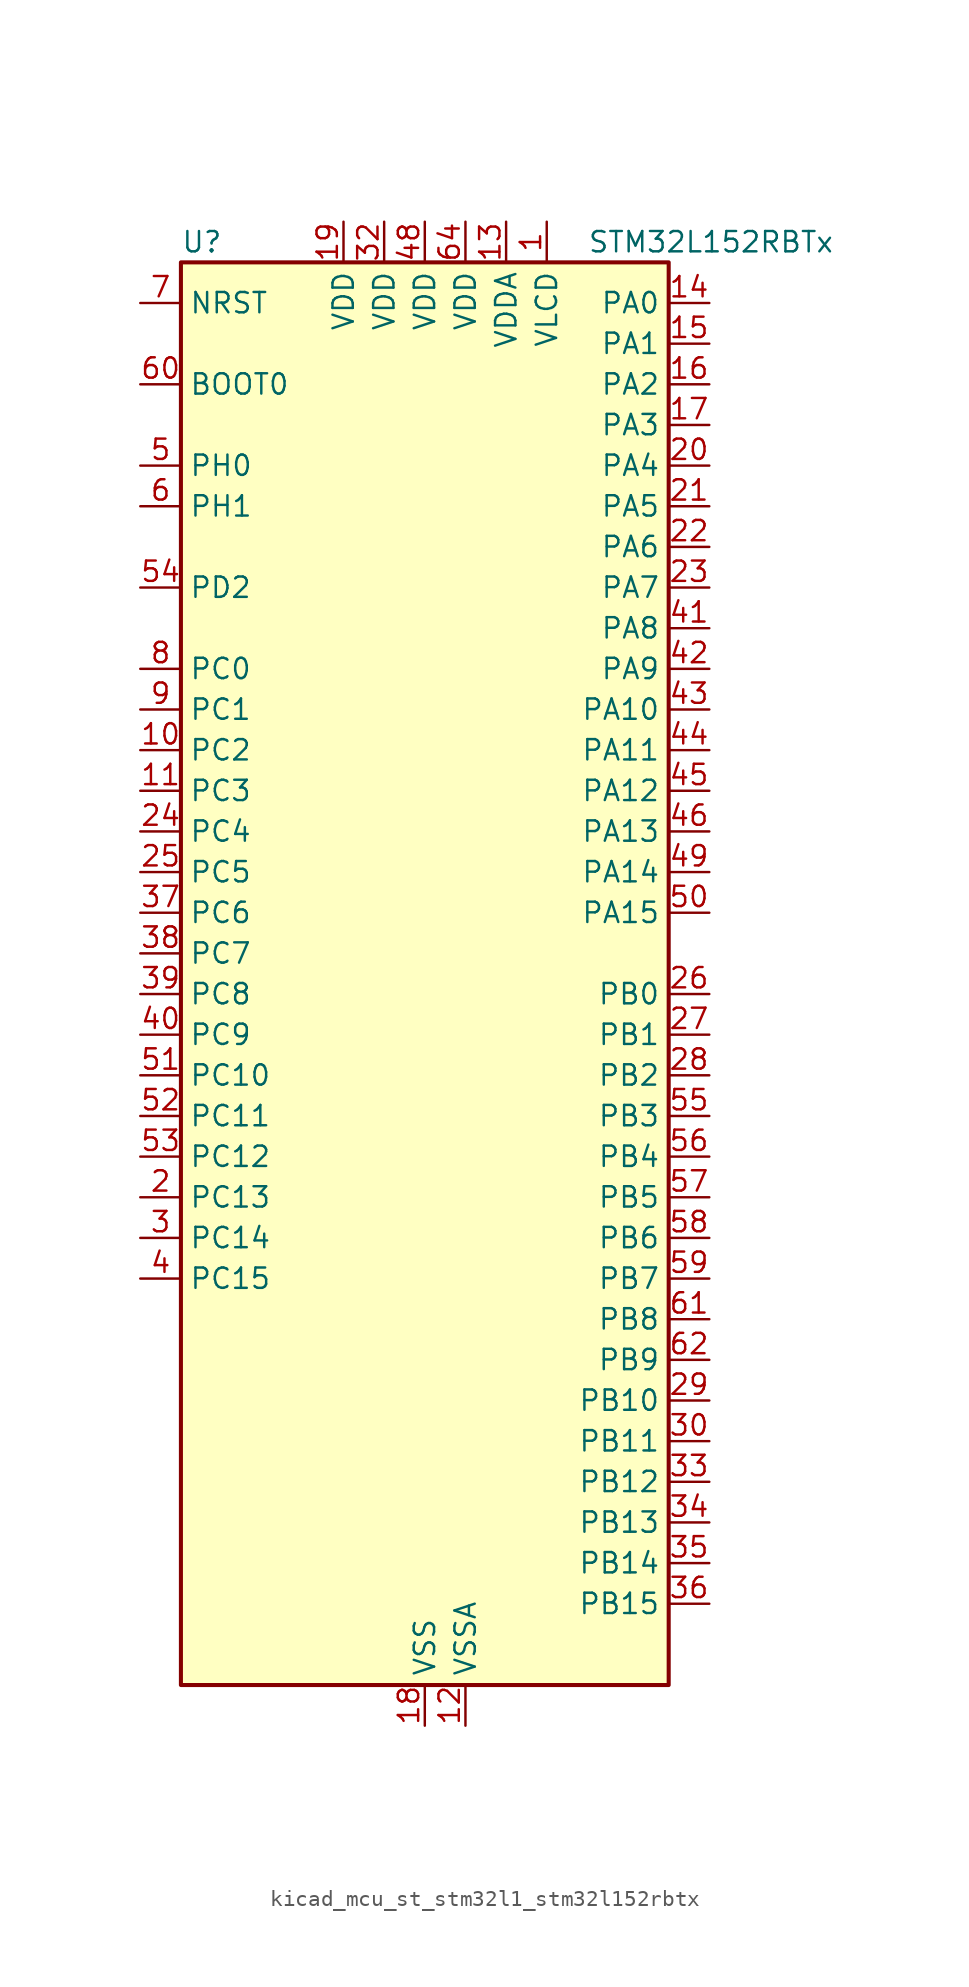
<source format=kicad_sym>
(kicad_symbol_lib
  (version 20220914)
  (generator kicad_symbol_editor)
  (symbol "kicad_mcu_st_stm32l1_stm32l152rbtx"
    (property "Reference" "U"
      (at -15.24 46.99 0)
      (effects (font (size 1.27 1.27)) (justify left)))
    (property "Value" "STM32L152RBTx"
      (at 10.16 46.99 0)
      (effects (font (size 1.27 1.27)) (justify left)))
    (property "ki_locked" ""
      (at 0 0 0)
      (effects (font (size 1.27 1.27))))
    (symbol "kicad_mcu_st_stm32l1_stm32l152rbtx_0_1"
      (rectangle (start -15.24 -43.18) (end 15.24 45.72) (stroke (width 0.254) (type default)) (fill (type background))))
    (symbol "kicad_mcu_st_stm32l1_stm32l152rbtx_1_1"
      (pin power_in line (at 7.62 48.26 270) (length 2.54) (name "VLCD" (effects (font (size 1.27 1.27)))) (number "1" (effects (font (size 1.27 1.27)))))
      (pin bidirectional line (at -17.78 15.24 0) (length 2.54) (name "PC2" (effects (font (size 1.27 1.27)))) (number "10" (effects (font (size 1.27 1.27)))) (alternate "ADC_IN12" bidirectional line) (alternate "COMP1_INP" bidirectional line) (alternate "LCD_SEG20" bidirectional line) (alternate "TIMX_IC3" bidirectional line) (alternate "TS_G8_IO3" bidirectional line))
      (pin bidirectional line (at -17.78 12.7 0) (length 2.54) (name "PC3" (effects (font (size 1.27 1.27)))) (number "11" (effects (font (size 1.27 1.27)))) (alternate "ADC_IN13" bidirectional line) (alternate "COMP1_INP" bidirectional line) (alternate "LCD_SEG21" bidirectional line) (alternate "TIMX_IC4" bidirectional line) (alternate "TS_G8_IO4" bidirectional line))
      (pin power_in line (at 2.54 -45.72 90) (length 2.54) (name "VSSA" (effects (font (size 1.27 1.27)))) (number "12" (effects (font (size 1.27 1.27)))))
      (pin power_in line (at 5.08 48.26 270) (length 2.54) (name "VDDA" (effects (font (size 1.27 1.27)))) (number "13" (effects (font (size 1.27 1.27)))))
      (pin bidirectional line (at 17.78 43.18 180) (length 2.54) (name "PA0" (effects (font (size 1.27 1.27)))) (number "14" (effects (font (size 1.27 1.27)))) (alternate "ADC_IN0" bidirectional line) (alternate "COMP1_INP" bidirectional line) (alternate "SYS_WKUP1" bidirectional line) (alternate "TIM2_CH1" bidirectional line) (alternate "TIM2_ETR" bidirectional line) (alternate "TIMX_IC1" bidirectional line) (alternate "TS_G1_IO1" bidirectional line) (alternate "USART2_CTS" bidirectional line))
      (pin bidirectional line (at 17.78 40.64 180) (length 2.54) (name "PA1" (effects (font (size 1.27 1.27)))) (number "15" (effects (font (size 1.27 1.27)))) (alternate "ADC_IN1" bidirectional line) (alternate "COMP1_INP" bidirectional line) (alternate "LCD_SEG0" bidirectional line) (alternate "TIM2_CH2" bidirectional line) (alternate "TIMX_IC2" bidirectional line) (alternate "TS_G1_IO2" bidirectional line) (alternate "USART2_RTS" bidirectional line))
      (pin bidirectional line (at 17.78 38.1 180) (length 2.54) (name "PA2" (effects (font (size 1.27 1.27)))) (number "16" (effects (font (size 1.27 1.27)))) (alternate "ADC_IN2" bidirectional line) (alternate "COMP1_INP" bidirectional line) (alternate "LCD_SEG1" bidirectional line) (alternate "TIM2_CH3" bidirectional line) (alternate "TIM9_CH1" bidirectional line) (alternate "TIMX_IC3" bidirectional line) (alternate "TS_G1_IO3" bidirectional line) (alternate "USART2_TX" bidirectional line))
      (pin bidirectional line (at 17.78 35.56 180) (length 2.54) (name "PA3" (effects (font (size 1.27 1.27)))) (number "17" (effects (font (size 1.27 1.27)))) (alternate "ADC_IN3" bidirectional line) (alternate "COMP1_INP" bidirectional line) (alternate "LCD_SEG2" bidirectional line) (alternate "TIM2_CH4" bidirectional line) (alternate "TIM9_CH2" bidirectional line) (alternate "TIMX_IC4" bidirectional line) (alternate "TS_G1_IO4" bidirectional line) (alternate "USART2_RX" bidirectional line))
      (pin power_in line (at 0 -45.72 90) (length 2.54) (name "VSS" (effects (font (size 1.27 1.27)))) (number "18" (effects (font (size 1.27 1.27)))))
      (pin power_in line (at -5.08 48.26 270) (length 2.54) (name "VDD" (effects (font (size 1.27 1.27)))) (number "19" (effects (font (size 1.27 1.27)))))
      (pin bidirectional line (at -17.78 -12.7 0) (length 2.54) (name "PC13" (effects (font (size 1.27 1.27)))) (number "2" (effects (font (size 1.27 1.27)))) (alternate "RTC_OUT_ALARM" bidirectional line) (alternate "RTC_OUT_CALIB" bidirectional line) (alternate "RTC_TAMP1" bidirectional line) (alternate "RTC_TS" bidirectional line) (alternate "SYS_WKUP2" bidirectional line) (alternate "TIMX_IC2" bidirectional line))
      (pin bidirectional line (at 17.78 33.02 180) (length 2.54) (name "PA4" (effects (font (size 1.27 1.27)))) (number "20" (effects (font (size 1.27 1.27)))) (alternate "ADC_IN4" bidirectional line) (alternate "COMP1_INP" bidirectional line) (alternate "DAC_OUT1" bidirectional line) (alternate "SPI1_NSS" bidirectional line) (alternate "TIMX_IC1" bidirectional line) (alternate "USART2_CK" bidirectional line))
      (pin bidirectional line (at 17.78 30.48 180) (length 2.54) (name "PA5" (effects (font (size 1.27 1.27)))) (number "21" (effects (font (size 1.27 1.27)))) (alternate "ADC_IN5" bidirectional line) (alternate "COMP1_INP" bidirectional line) (alternate "DAC_OUT2" bidirectional line) (alternate "SPI1_SCK" bidirectional line) (alternate "TIM2_CH1" bidirectional line) (alternate "TIM2_ETR" bidirectional line) (alternate "TIMX_IC2" bidirectional line))
      (pin bidirectional line (at 17.78 27.94 180) (length 2.54) (name "PA6" (effects (font (size 1.27 1.27)))) (number "22" (effects (font (size 1.27 1.27)))) (alternate "ADC_IN6" bidirectional line) (alternate "COMP1_INP" bidirectional line) (alternate "LCD_SEG3" bidirectional line) (alternate "SPI1_MISO" bidirectional line) (alternate "TIM10_CH1" bidirectional line) (alternate "TIM3_CH1" bidirectional line) (alternate "TIMX_IC3" bidirectional line) (alternate "TS_G2_IO1" bidirectional line))
      (pin bidirectional line (at 17.78 25.4 180) (length 2.54) (name "PA7" (effects (font (size 1.27 1.27)))) (number "23" (effects (font (size 1.27 1.27)))) (alternate "ADC_IN7" bidirectional line) (alternate "COMP1_INP" bidirectional line) (alternate "LCD_SEG4" bidirectional line) (alternate "SPI1_MOSI" bidirectional line) (alternate "TIM11_CH1" bidirectional line) (alternate "TIM3_CH2" bidirectional line) (alternate "TIMX_IC4" bidirectional line) (alternate "TS_G2_IO2" bidirectional line))
      (pin bidirectional line (at -17.78 10.16 0) (length 2.54) (name "PC4" (effects (font (size 1.27 1.27)))) (number "24" (effects (font (size 1.27 1.27)))) (alternate "ADC_IN14" bidirectional line) (alternate "COMP1_INP" bidirectional line) (alternate "LCD_SEG22" bidirectional line) (alternate "TIMX_IC1" bidirectional line) (alternate "TS_G9_IO1" bidirectional line))
      (pin bidirectional line (at -17.78 7.62 0) (length 2.54) (name "PC5" (effects (font (size 1.27 1.27)))) (number "25" (effects (font (size 1.27 1.27)))) (alternate "ADC_IN15" bidirectional line) (alternate "COMP1_INP" bidirectional line) (alternate "LCD_SEG23" bidirectional line) (alternate "TIMX_IC2" bidirectional line) (alternate "TS_G9_IO2" bidirectional line))
      (pin bidirectional line (at 17.78 0 180) (length 2.54) (name "PB0" (effects (font (size 1.27 1.27)))) (number "26" (effects (font (size 1.27 1.27)))) (alternate "ADC_IN8" bidirectional line) (alternate "COMP1_INP" bidirectional line) (alternate "LCD_SEG5" bidirectional line) (alternate "SYS_V_REF_OUT" bidirectional line) (alternate "TIM3_CH3" bidirectional line) (alternate "TS_G3_IO1" bidirectional line))
      (pin bidirectional line (at 17.78 -2.54 180) (length 2.54) (name "PB1" (effects (font (size 1.27 1.27)))) (number "27" (effects (font (size 1.27 1.27)))) (alternate "ADC_IN9" bidirectional line) (alternate "COMP1_INP" bidirectional line) (alternate "LCD_SEG6" bidirectional line) (alternate "SYS_V_REF_OUT" bidirectional line) (alternate "TIM3_CH4" bidirectional line) (alternate "TS_G3_IO2" bidirectional line))
      (pin bidirectional line (at 17.78 -5.08 180) (length 2.54) (name "PB2" (effects (font (size 1.27 1.27)))) (number "28" (effects (font (size 1.27 1.27)))))
      (pin bidirectional line (at 17.78 -25.4 180) (length 2.54) (name "PB10" (effects (font (size 1.27 1.27)))) (number "29" (effects (font (size 1.27 1.27)))) (alternate "I2C2_SCL" bidirectional line) (alternate "LCD_SEG10" bidirectional line) (alternate "TIM2_CH3" bidirectional line) (alternate "USART3_TX" bidirectional line))
      (pin bidirectional line (at -17.78 -15.24 0) (length 2.54) (name "PC14" (effects (font (size 1.27 1.27)))) (number "3" (effects (font (size 1.27 1.27)))) (alternate "RCC_OSC32_IN" bidirectional line) (alternate "TIMX_IC3" bidirectional line))
      (pin bidirectional line (at 17.78 -27.94 180) (length 2.54) (name "PB11" (effects (font (size 1.27 1.27)))) (number "30" (effects (font (size 1.27 1.27)))) (alternate "ADC_EXTI11" bidirectional line) (alternate "I2C2_SDA" bidirectional line) (alternate "LCD_SEG11" bidirectional line) (alternate "TIM2_CH4" bidirectional line) (alternate "USART3_RX" bidirectional line))
      (pin passive line (at 0 -45.72 90) (length 2.54) hide (name "VSS" (effects (font (size 1.27 1.27)))) (number "31" (effects (font (size 1.27 1.27)))))
      (pin power_in line (at -2.54 48.26 270) (length 2.54) (name "VDD" (effects (font (size 1.27 1.27)))) (number "32" (effects (font (size 1.27 1.27)))))
      (pin bidirectional line (at 17.78 -30.48 180) (length 2.54) (name "PB12" (effects (font (size 1.27 1.27)))) (number "33" (effects (font (size 1.27 1.27)))) (alternate "ADC_IN18" bidirectional line) (alternate "COMP1_INP" bidirectional line) (alternate "I2C2_SMBA" bidirectional line) (alternate "LCD_SEG12" bidirectional line) (alternate "SPI2_NSS" bidirectional line) (alternate "TIM10_CH1" bidirectional line) (alternate "TS_G7_IO1" bidirectional line) (alternate "USART3_CK" bidirectional line))
      (pin bidirectional line (at 17.78 -33.02 180) (length 2.54) (name "PB13" (effects (font (size 1.27 1.27)))) (number "34" (effects (font (size 1.27 1.27)))) (alternate "ADC_IN19" bidirectional line) (alternate "COMP1_INP" bidirectional line) (alternate "LCD_SEG13" bidirectional line) (alternate "SPI2_SCK" bidirectional line) (alternate "TIM9_CH1" bidirectional line) (alternate "TS_G7_IO2" bidirectional line) (alternate "USART3_CTS" bidirectional line))
      (pin bidirectional line (at 17.78 -35.56 180) (length 2.54) (name "PB14" (effects (font (size 1.27 1.27)))) (number "35" (effects (font (size 1.27 1.27)))) (alternate "ADC_IN20" bidirectional line) (alternate "COMP1_INP" bidirectional line) (alternate "LCD_SEG14" bidirectional line) (alternate "SPI2_MISO" bidirectional line) (alternate "TIM9_CH2" bidirectional line) (alternate "TS_G7_IO3" bidirectional line) (alternate "USART3_RTS" bidirectional line))
      (pin bidirectional line (at 17.78 -38.1 180) (length 2.54) (name "PB15" (effects (font (size 1.27 1.27)))) (number "36" (effects (font (size 1.27 1.27)))) (alternate "ADC_EXTI15" bidirectional line) (alternate "ADC_IN21" bidirectional line) (alternate "COMP1_INP" bidirectional line) (alternate "LCD_SEG15" bidirectional line) (alternate "RTC_REFIN" bidirectional line) (alternate "SPI2_MOSI" bidirectional line) (alternate "TIM11_CH1" bidirectional line) (alternate "TS_G7_IO4" bidirectional line))
      (pin bidirectional line (at -17.78 5.08 0) (length 2.54) (name "PC6" (effects (font (size 1.27 1.27)))) (number "37" (effects (font (size 1.27 1.27)))) (alternate "LCD_SEG24" bidirectional line) (alternate "TIM3_CH1" bidirectional line) (alternate "TIMX_IC3" bidirectional line) (alternate "TS_G10_IO1" bidirectional line))
      (pin bidirectional line (at -17.78 2.54 0) (length 2.54) (name "PC7" (effects (font (size 1.27 1.27)))) (number "38" (effects (font (size 1.27 1.27)))) (alternate "LCD_SEG25" bidirectional line) (alternate "TIM3_CH2" bidirectional line) (alternate "TIMX_IC4" bidirectional line) (alternate "TS_G10_IO2" bidirectional line))
      (pin bidirectional line (at -17.78 0 0) (length 2.54) (name "PC8" (effects (font (size 1.27 1.27)))) (number "39" (effects (font (size 1.27 1.27)))) (alternate "LCD_SEG26" bidirectional line) (alternate "TIM3_CH3" bidirectional line) (alternate "TIMX_IC1" bidirectional line) (alternate "TS_G10_IO3" bidirectional line))
      (pin bidirectional line (at -17.78 -17.78 0) (length 2.54) (name "PC15" (effects (font (size 1.27 1.27)))) (number "4" (effects (font (size 1.27 1.27)))) (alternate "ADC_EXTI15" bidirectional line) (alternate "RCC_OSC32_OUT" bidirectional line) (alternate "TIMX_IC4" bidirectional line))
      (pin bidirectional line (at -17.78 -2.54 0) (length 2.54) (name "PC9" (effects (font (size 1.27 1.27)))) (number "40" (effects (font (size 1.27 1.27)))) (alternate "DAC_EXTI9" bidirectional line) (alternate "LCD_SEG27" bidirectional line) (alternate "TIM3_CH4" bidirectional line) (alternate "TIMX_IC2" bidirectional line) (alternate "TS_G10_IO4" bidirectional line))
      (pin bidirectional line (at 17.78 22.86 180) (length 2.54) (name "PA8" (effects (font (size 1.27 1.27)))) (number "41" (effects (font (size 1.27 1.27)))) (alternate "LCD_COM0" bidirectional line) (alternate "RCC_MCO" bidirectional line) (alternate "TIMX_IC1" bidirectional line) (alternate "TS_G4_IO1" bidirectional line) (alternate "USART1_CK" bidirectional line))
      (pin bidirectional line (at 17.78 20.32 180) (length 2.54) (name "PA9" (effects (font (size 1.27 1.27)))) (number "42" (effects (font (size 1.27 1.27)))) (alternate "DAC_EXTI9" bidirectional line) (alternate "LCD_COM1" bidirectional line) (alternate "TIMX_IC2" bidirectional line) (alternate "TS_G4_IO2" bidirectional line) (alternate "USART1_TX" bidirectional line))
      (pin bidirectional line (at 17.78 17.78 180) (length 2.54) (name "PA10" (effects (font (size 1.27 1.27)))) (number "43" (effects (font (size 1.27 1.27)))) (alternate "LCD_COM2" bidirectional line) (alternate "TIMX_IC3" bidirectional line) (alternate "TS_G4_IO3" bidirectional line) (alternate "USART1_RX" bidirectional line))
      (pin bidirectional line (at 17.78 15.24 180) (length 2.54) (name "PA11" (effects (font (size 1.27 1.27)))) (number "44" (effects (font (size 1.27 1.27)))) (alternate "ADC_EXTI11" bidirectional line) (alternate "SPI1_MISO" bidirectional line) (alternate "TIMX_IC4" bidirectional line) (alternate "USART1_CTS" bidirectional line) (alternate "USB_DM" bidirectional line))
      (pin bidirectional line (at 17.78 12.7 180) (length 2.54) (name "PA12" (effects (font (size 1.27 1.27)))) (number "45" (effects (font (size 1.27 1.27)))) (alternate "SPI1_MOSI" bidirectional line) (alternate "TIMX_IC1" bidirectional line) (alternate "USART1_RTS" bidirectional line) (alternate "USB_DP" bidirectional line))
      (pin bidirectional line (at 17.78 10.16 180) (length 2.54) (name "PA13" (effects (font (size 1.27 1.27)))) (number "46" (effects (font (size 1.27 1.27)))) (alternate "SYS_JTMS-SWDIO" bidirectional line) (alternate "TIMX_IC2" bidirectional line) (alternate "TS_G5_IO1" bidirectional line))
      (pin passive line (at 0 -45.72 90) (length 2.54) hide (name "VSS" (effects (font (size 1.27 1.27)))) (number "47" (effects (font (size 1.27 1.27)))))
      (pin power_in line (at 0 48.26 270) (length 2.54) (name "VDD" (effects (font (size 1.27 1.27)))) (number "48" (effects (font (size 1.27 1.27)))))
      (pin bidirectional line (at 17.78 7.62 180) (length 2.54) (name "PA14" (effects (font (size 1.27 1.27)))) (number "49" (effects (font (size 1.27 1.27)))) (alternate "SYS_JTCK-SWCLK" bidirectional line) (alternate "TIMX_IC3" bidirectional line) (alternate "TS_G5_IO2" bidirectional line))
      (pin bidirectional line (at -17.78 33.02 0) (length 2.54) (name "PH0" (effects (font (size 1.27 1.27)))) (number "5" (effects (font (size 1.27 1.27)))) (alternate "RCC_OSC_IN" bidirectional line))
      (pin bidirectional line (at 17.78 5.08 180) (length 2.54) (name "PA15" (effects (font (size 1.27 1.27)))) (number "50" (effects (font (size 1.27 1.27)))) (alternate "ADC_EXTI15" bidirectional line) (alternate "LCD_SEG17" bidirectional line) (alternate "SPI1_NSS" bidirectional line) (alternate "SYS_JTDI" bidirectional line) (alternate "TIM2_CH1" bidirectional line) (alternate "TIM2_ETR" bidirectional line) (alternate "TIMX_IC4" bidirectional line) (alternate "TS_G5_IO3" bidirectional line))
      (pin bidirectional line (at -17.78 -5.08 0) (length 2.54) (name "PC10" (effects (font (size 1.27 1.27)))) (number "51" (effects (font (size 1.27 1.27)))) (alternate "LCD_COM4" bidirectional line) (alternate "LCD_SEG28" bidirectional line) (alternate "TIMX_IC3" bidirectional line) (alternate "USART3_TX" bidirectional line))
      (pin bidirectional line (at -17.78 -7.62 0) (length 2.54) (name "PC11" (effects (font (size 1.27 1.27)))) (number "52" (effects (font (size 1.27 1.27)))) (alternate "ADC_EXTI11" bidirectional line) (alternate "LCD_COM5" bidirectional line) (alternate "LCD_SEG29" bidirectional line) (alternate "TIMX_IC4" bidirectional line) (alternate "USART3_RX" bidirectional line))
      (pin bidirectional line (at -17.78 -10.16 0) (length 2.54) (name "PC12" (effects (font (size 1.27 1.27)))) (number "53" (effects (font (size 1.27 1.27)))) (alternate "LCD_COM6" bidirectional line) (alternate "LCD_SEG30" bidirectional line) (alternate "TIMX_IC1" bidirectional line) (alternate "USART3_CK" bidirectional line))
      (pin bidirectional line (at -17.78 25.4 0) (length 2.54) (name "PD2" (effects (font (size 1.27 1.27)))) (number "54" (effects (font (size 1.27 1.27)))) (alternate "LCD_COM7" bidirectional line) (alternate "LCD_SEG31" bidirectional line) (alternate "TIM3_ETR" bidirectional line) (alternate "TIMX_IC3" bidirectional line))
      (pin bidirectional line (at 17.78 -7.62 180) (length 2.54) (name "PB3" (effects (font (size 1.27 1.27)))) (number "55" (effects (font (size 1.27 1.27)))) (alternate "COMP2_INM" bidirectional line) (alternate "LCD_SEG7" bidirectional line) (alternate "SPI1_SCK" bidirectional line) (alternate "SYS_JTDO-TRACESWO" bidirectional line) (alternate "TIM2_CH2" bidirectional line))
      (pin bidirectional line (at 17.78 -10.16 180) (length 2.54) (name "PB4" (effects (font (size 1.27 1.27)))) (number "56" (effects (font (size 1.27 1.27)))) (alternate "COMP2_INP" bidirectional line) (alternate "LCD_SEG8" bidirectional line) (alternate "SPI1_MISO" bidirectional line) (alternate "SYS_JTRST" bidirectional line) (alternate "TIM3_CH1" bidirectional line) (alternate "TS_G6_IO1" bidirectional line))
      (pin bidirectional line (at 17.78 -12.7 180) (length 2.54) (name "PB5" (effects (font (size 1.27 1.27)))) (number "57" (effects (font (size 1.27 1.27)))) (alternate "COMP2_INP" bidirectional line) (alternate "I2C1_SMBA" bidirectional line) (alternate "LCD_SEG9" bidirectional line) (alternate "SPI1_MOSI" bidirectional line) (alternate "TIM3_CH2" bidirectional line) (alternate "TS_G6_IO2" bidirectional line))
      (pin bidirectional line (at 17.78 -15.24 180) (length 2.54) (name "PB6" (effects (font (size 1.27 1.27)))) (number "58" (effects (font (size 1.27 1.27)))) (alternate "I2C1_SCL" bidirectional line) (alternate "TIM4_CH1" bidirectional line) (alternate "USART1_TX" bidirectional line))
      (pin bidirectional line (at 17.78 -17.78 180) (length 2.54) (name "PB7" (effects (font (size 1.27 1.27)))) (number "59" (effects (font (size 1.27 1.27)))) (alternate "I2C1_SDA" bidirectional line) (alternate "SYS_PVD_IN" bidirectional line) (alternate "TIM4_CH2" bidirectional line) (alternate "USART1_RX" bidirectional line))
      (pin bidirectional line (at -17.78 30.48 0) (length 2.54) (name "PH1" (effects (font (size 1.27 1.27)))) (number "6" (effects (font (size 1.27 1.27)))) (alternate "RCC_OSC_OUT" bidirectional line))
      (pin input line (at -17.78 38.1 0) (length 2.54) (name "BOOT0" (effects (font (size 1.27 1.27)))) (number "60" (effects (font (size 1.27 1.27)))))
      (pin bidirectional line (at 17.78 -20.32 180) (length 2.54) (name "PB8" (effects (font (size 1.27 1.27)))) (number "61" (effects (font (size 1.27 1.27)))) (alternate "I2C1_SCL" bidirectional line) (alternate "LCD_SEG16" bidirectional line) (alternate "TIM10_CH1" bidirectional line) (alternate "TIM4_CH3" bidirectional line))
      (pin bidirectional line (at 17.78 -22.86 180) (length 2.54) (name "PB9" (effects (font (size 1.27 1.27)))) (number "62" (effects (font (size 1.27 1.27)))) (alternate "DAC_EXTI9" bidirectional line) (alternate "I2C1_SDA" bidirectional line) (alternate "LCD_COM3" bidirectional line) (alternate "TIM11_CH1" bidirectional line) (alternate "TIM4_CH4" bidirectional line))
      (pin passive line (at 0 -45.72 90) (length 2.54) hide (name "VSS" (effects (font (size 1.27 1.27)))) (number "63" (effects (font (size 1.27 1.27)))))
      (pin power_in line (at 2.54 48.26 270) (length 2.54) (name "VDD" (effects (font (size 1.27 1.27)))) (number "64" (effects (font (size 1.27 1.27)))))
      (pin input line (at -17.78 43.18 0) (length 2.54) (name "NRST" (effects (font (size 1.27 1.27)))) (number "7" (effects (font (size 1.27 1.27)))))
      (pin bidirectional line (at -17.78 20.32 0) (length 2.54) (name "PC0" (effects (font (size 1.27 1.27)))) (number "8" (effects (font (size 1.27 1.27)))) (alternate "ADC_IN10" bidirectional line) (alternate "COMP1_INP" bidirectional line) (alternate "LCD_SEG18" bidirectional line) (alternate "TIMX_IC1" bidirectional line) (alternate "TS_G8_IO1" bidirectional line))
      (pin bidirectional line (at -17.78 17.78 0) (length 2.54) (name "PC1" (effects (font (size 1.27 1.27)))) (number "9" (effects (font (size 1.27 1.27)))) (alternate "ADC_IN11" bidirectional line) (alternate "COMP1_INP" bidirectional line) (alternate "LCD_SEG19" bidirectional line) (alternate "TIMX_IC2" bidirectional line) (alternate "TS_G8_IO2" bidirectional line)))))
</source>
